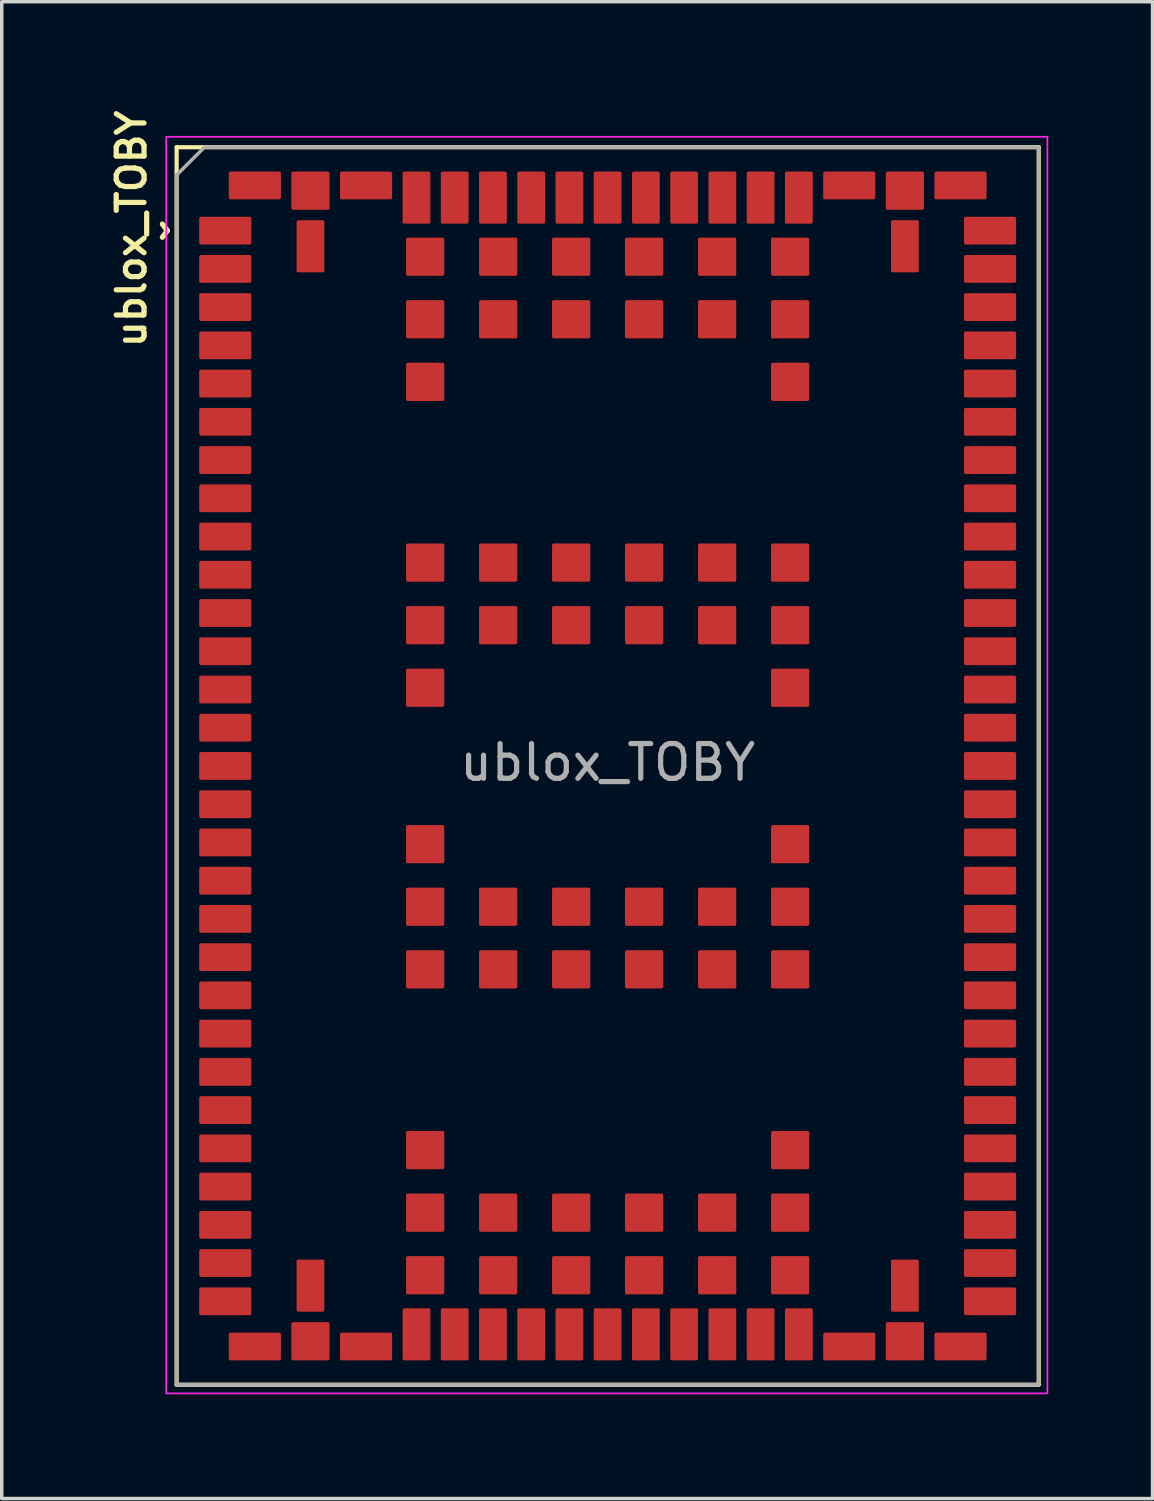
<source format=kicad_pcb>
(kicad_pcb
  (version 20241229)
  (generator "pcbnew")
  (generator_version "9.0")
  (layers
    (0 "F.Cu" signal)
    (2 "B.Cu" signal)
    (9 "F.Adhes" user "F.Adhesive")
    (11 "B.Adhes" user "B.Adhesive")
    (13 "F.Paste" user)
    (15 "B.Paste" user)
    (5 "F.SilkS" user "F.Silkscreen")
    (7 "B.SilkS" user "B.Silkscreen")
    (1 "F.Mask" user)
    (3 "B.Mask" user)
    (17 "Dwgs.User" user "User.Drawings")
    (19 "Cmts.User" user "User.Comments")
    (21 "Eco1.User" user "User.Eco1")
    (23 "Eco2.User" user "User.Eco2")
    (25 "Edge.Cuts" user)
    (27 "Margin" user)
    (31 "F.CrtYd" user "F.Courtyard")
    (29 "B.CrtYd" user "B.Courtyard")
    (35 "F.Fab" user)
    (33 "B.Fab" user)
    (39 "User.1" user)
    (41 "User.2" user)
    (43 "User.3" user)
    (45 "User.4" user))
  (footprint "ublox_TOBY"
    (layer "F.Cu")
    (at 14.431 18.885)
    (property "Reference" "ublox_TOBY" (at -13.7 -15.35 270) (layer "F.SilkS") (effects (font (size 0.8 0.8) (thickness 0.15))))
    (attr smd)
    (fp_line (start -12.4 -17.7) (end -12.4 17.9) (stroke (width 0.12) (type solid)) (layer "F.SilkS"))
    (fp_line (start -12.4 17.9) (end 12.4 17.9) (stroke (width 0.12) (type solid)) (layer "F.SilkS"))
    (fp_line (start 12.4 -17.7) (end -12.4 -17.7) (stroke (width 0.12) (type solid)) (layer "F.SilkS"))
    (fp_line (start 12.4 17.9) (end 12.4 -17.7) (stroke (width 0.12) (type solid)) (layer "F.SilkS"))
    (fp_rect (start -12.7 -18) (end 12.65 18.15) (stroke (width 0.05) (type default)) (fill no) (layer "F.CrtYd"))
    (fp_poly (pts (xy -12.4 17.9) (xy -12.4 -16.9) (xy -11.6 -17.7) (xy 12.4 -17.7) (xy 12.4 17.9)) (stroke (width 0.1) (type solid)) (fill no) (layer "F.Fab"))
    (fp_text user "^" (at -13.26 -15.3 270) (unlocked yes) (layer "F.SilkS") (effects (font (size 1 1) (thickness 0.15))))
    (fp_text user "${REFERENCE}" (at 0 0 0) (layer "F.Fab") (effects (font (size 1 1) (thickness 0.15))))
    (pad "1" smd roundrect (at -11 -15.3 270) (size 0.8 1.5) (layers "F.Cu" "F.Mask" "F.Paste") (roundrect_rratio 0.062))
    (pad "2" smd roundrect (at -11 -14.2 270) (size 0.8 1.5) (layers "F.Cu" "F.Mask" "F.Paste") (roundrect_rratio 0.062))
    (pad "3" smd roundrect (at -11 -13.1 270) (size 0.8 1.5) (layers "F.Cu" "F.Mask" "F.Paste") (roundrect_rratio 0.062))
    (pad "4" smd roundrect (at -11 -12 270) (size 0.8 1.5) (layers "F.Cu" "F.Mask" "F.Paste") (roundrect_rratio 0.062))
    (pad "5" smd roundrect (at -11 -10.9 270) (size 0.8 1.5) (layers "F.Cu" "F.Mask" "F.Paste") (roundrect_rratio 0.062))
    (pad "6" smd roundrect (at -11 -9.8 270) (size 0.8 1.5) (layers "F.Cu" "F.Mask" "F.Paste") (roundrect_rratio 0.062))
    (pad "7" smd roundrect (at -11 -8.7 270) (size 0.8 1.5) (layers "F.Cu" "F.Mask" "F.Paste") (roundrect_rratio 0.062))
    (pad "8" smd roundrect (at -11 -7.6 270) (size 0.8 1.5) (layers "F.Cu" "F.Mask" "F.Paste") (roundrect_rratio 0.062))
    (pad "9" smd roundrect (at -11 -6.5 270) (size 0.8 1.5) (layers "F.Cu" "F.Mask" "F.Paste") (roundrect_rratio 0.062))
    (pad "10" smd roundrect (at -11 -5.4 270) (size 0.8 1.5) (layers "F.Cu" "F.Mask" "F.Paste") (roundrect_rratio 0.062))
    (pad "11" smd roundrect (at -11 -4.3 270) (size 0.8 1.5) (layers "F.Cu" "F.Mask" "F.Paste") (roundrect_rratio 0.062))
    (pad "12" smd roundrect (at -11 -3.2 270) (size 0.8 1.5) (layers "F.Cu" "F.Mask" "F.Paste") (roundrect_rratio 0.062))
    (pad "13" smd roundrect (at -11 -2.1 270) (size 0.8 1.5) (layers "F.Cu" "F.Mask" "F.Paste") (roundrect_rratio 0.062))
    (pad "14" smd roundrect (at -11 -1 270) (size 0.8 1.5) (layers "F.Cu" "F.Mask" "F.Paste") (roundrect_rratio 0.062))
    (pad "15" smd roundrect (at -11 0.1 270) (size 0.8 1.5) (layers "F.Cu" "F.Mask" "F.Paste") (roundrect_rratio 0.062))
    (pad "16" smd roundrect (at -11 1.2 270) (size 0.8 1.5) (layers "F.Cu" "F.Mask" "F.Paste") (roundrect_rratio 0.062))
    (pad "17" smd roundrect (at -11 2.3 270) (size 0.8 1.5) (layers "F.Cu" "F.Mask" "F.Paste") (roundrect_rratio 0.062))
    (pad "18" smd roundrect (at -11 3.4 270) (size 0.8 1.5) (layers "F.Cu" "F.Mask" "F.Paste") (roundrect_rratio 0.062))
    (pad "19" smd roundrect (at -11 4.5 270) (size 0.8 1.5) (layers "F.Cu" "F.Mask" "F.Paste") (roundrect_rratio 0.062))
    (pad "20" smd roundrect (at -11 5.6 270) (size 0.8 1.5) (layers "F.Cu" "F.Mask" "F.Paste") (roundrect_rratio 0.062))
    (pad "21" smd roundrect (at -11 6.7 270) (size 0.8 1.5) (layers "F.Cu" "F.Mask" "F.Paste") (roundrect_rratio 0.062))
    (pad "22" smd roundrect (at -11 7.8 270) (size 0.8 1.5) (layers "F.Cu" "F.Mask" "F.Paste") (roundrect_rratio 0.062))
    (pad "23" smd roundrect (at -11 8.9 270) (size 0.8 1.5) (layers "F.Cu" "F.Mask" "F.Paste") (roundrect_rratio 0.062))
    (pad "24" smd roundrect (at -11 10 270) (size 0.8 1.5) (layers "F.Cu" "F.Mask" "F.Paste") (roundrect_rratio 0.062))
    (pad "25" smd roundrect (at -11 11.1 270) (size 0.8 1.5) (layers "F.Cu" "F.Mask" "F.Paste") (roundrect_rratio 0.062))
    (pad "26" smd roundrect (at -11 12.2 270) (size 0.8 1.5) (layers "F.Cu" "F.Mask" "F.Paste") (roundrect_rratio 0.062))
    (pad "27" smd roundrect (at -11 13.3 270) (size 0.8 1.5) (layers "F.Cu" "F.Mask" "F.Paste") (roundrect_rratio 0.062))
    (pad "28" smd roundrect (at -11 14.4 270) (size 0.8 1.5) (layers "F.Cu" "F.Mask" "F.Paste") (roundrect_rratio 0.062))
    (pad "29" smd roundrect (at -11 15.5 270) (size 0.8 1.5) (layers "F.Cu" "F.Mask" "F.Paste") (roundrect_rratio 0.062))
    (pad "30" smd roundrect (at -10.15 16.8 270) (size 0.8 1.5) (layers "F.Cu" "F.Mask" "F.Paste") (roundrect_rratio 0.062))
    (pad "31" smd roundrect (at -8.55 16.65 270) (size 1.1 1.1) (layers "F.Cu" "F.Mask" "F.Paste") (roundrect_rratio 0.045))
    (pad "32" smd roundrect (at -6.95 16.8 270) (size 0.8 1.5) (layers "F.Cu" "F.Mask" "F.Paste") (roundrect_rratio 0.062))
    (pad "33" smd roundrect (at -5.5 16.45 180) (size 0.8 1.5) (layers "F.Cu" "F.Mask" "F.Paste") (roundrect_rratio 0.062))
    (pad "34" smd roundrect (at -4.4 16.45 180) (size 0.8 1.5) (layers "F.Cu" "F.Mask" "F.Paste") (roundrect_rratio 0.062))
    (pad "35" smd roundrect (at -3.3 16.45 180) (size 0.8 1.5) (layers "F.Cu" "F.Mask" "F.Paste") (roundrect_rratio 0.062))
    (pad "36" smd roundrect (at -2.2 16.45 180) (size 0.8 1.5) (layers "F.Cu" "F.Mask" "F.Paste") (roundrect_rratio 0.062))
    (pad "37" smd roundrect (at -1.1 16.45 180) (size 0.8 1.5) (layers "F.Cu" "F.Mask" "F.Paste") (roundrect_rratio 0.062))
    (pad "38" smd roundrect (at 0 16.45 180) (size 0.8 1.5) (layers "F.Cu" "F.Mask" "F.Paste") (roundrect_rratio 0.062))
    (pad "39" smd roundrect (at 1.1 16.45 180) (size 0.8 1.5) (layers "F.Cu" "F.Mask" "F.Paste") (roundrect_rratio 0.062))
    (pad "40" smd roundrect (at 2.2 16.45 180) (size 0.8 1.5) (layers "F.Cu" "F.Mask" "F.Paste") (roundrect_rratio 0.062))
    (pad "41" smd roundrect (at 3.3 16.45 180) (size 0.8 1.5) (layers "F.Cu" "F.Mask" "F.Paste") (roundrect_rratio 0.062))
    (pad "42" smd roundrect (at 4.4 16.45 180) (size 0.8 1.5) (layers "F.Cu" "F.Mask" "F.Paste") (roundrect_rratio 0.062))
    (pad "43" smd roundrect (at 5.5 16.45 180) (size 0.8 1.5) (layers "F.Cu" "F.Mask" "F.Paste") (roundrect_rratio 0.062))
    (pad "44" smd roundrect (at 6.95 16.8 270) (size 0.8 1.5) (layers "F.Cu" "F.Mask" "F.Paste") (roundrect_rratio 0.062))
    (pad "45" smd roundrect (at 8.55 16.65 270) (size 1.1 1.1) (layers "F.Cu" "F.Mask" "F.Paste") (roundrect_rratio 0.045))
    (pad "46" smd roundrect (at 10.15 16.8 270) (size 0.8 1.5) (layers "F.Cu" "F.Mask" "F.Paste") (roundrect_rratio 0.062))
    (pad "47" smd roundrect (at 11 15.5 270) (size 0.8 1.5) (layers "F.Cu" "F.Mask" "F.Paste") (roundrect_rratio 0.062))
    (pad "48" smd roundrect (at 11 14.4 270) (size 0.8 1.5) (layers "F.Cu" "F.Mask" "F.Paste") (roundrect_rratio 0.062))
    (pad "49" smd roundrect (at 11 13.3 270) (size 0.8 1.5) (layers "F.Cu" "F.Mask" "F.Paste") (roundrect_rratio 0.062))
    (pad "50" smd roundrect (at 11 12.2 270) (size 0.8 1.5) (layers "F.Cu" "F.Mask" "F.Paste") (roundrect_rratio 0.062))
    (pad "51" smd roundrect (at 11 11.1 270) (size 0.8 1.5) (layers "F.Cu" "F.Mask" "F.Paste") (roundrect_rratio 0.062))
    (pad "52" smd roundrect (at 11 10 270) (size 0.8 1.5) (layers "F.Cu" "F.Mask" "F.Paste") (roundrect_rratio 0.062))
    (pad "53" smd roundrect (at 11 8.9 270) (size 0.8 1.5) (layers "F.Cu" "F.Mask" "F.Paste") (roundrect_rratio 0.062))
    (pad "54" smd roundrect (at 11 7.8 270) (size 0.8 1.5) (layers "F.Cu" "F.Mask" "F.Paste") (roundrect_rratio 0.062))
    (pad "55" smd roundrect (at 11 6.7 270) (size 0.8 1.5) (layers "F.Cu" "F.Mask" "F.Paste") (roundrect_rratio 0.062))
    (pad "56" smd roundrect (at 11 5.6 270) (size 0.8 1.5) (layers "F.Cu" "F.Mask" "F.Paste") (roundrect_rratio 0.062))
    (pad "57" smd roundrect (at 11 4.5 270) (size 0.8 1.5) (layers "F.Cu" "F.Mask" "F.Paste") (roundrect_rratio 0.062))
    (pad "58" smd roundrect (at 11 3.4 270) (size 0.8 1.5) (layers "F.Cu" "F.Mask" "F.Paste") (roundrect_rratio 0.062))
    (pad "59" smd roundrect (at 11 2.3 270) (size 0.8 1.5) (layers "F.Cu" "F.Mask" "F.Paste") (roundrect_rratio 0.062))
    (pad "60" smd roundrect (at 11 1.2 270) (size 0.8 1.5) (layers "F.Cu" "F.Mask" "F.Paste") (roundrect_rratio 0.062))
    (pad "61" smd roundrect (at 11 0.1 270) (size 0.8 1.5) (layers "F.Cu" "F.Mask" "F.Paste") (roundrect_rratio 0.062))
    (pad "62" smd roundrect (at 11 -1 270) (size 0.8 1.5) (layers "F.Cu" "F.Mask" "F.Paste") (roundrect_rratio 0.062))
    (pad "63" smd roundrect (at 11 -2.1 270) (size 0.8 1.5) (layers "F.Cu" "F.Mask" "F.Paste") (roundrect_rratio 0.062))
    (pad "64" smd roundrect (at 11 -3.2 270) (size 0.8 1.5) (layers "F.Cu" "F.Mask" "F.Paste") (roundrect_rratio 0.062))
    (pad "65" smd roundrect (at 11 -4.3 270) (size 0.8 1.5) (layers "F.Cu" "F.Mask" "F.Paste") (roundrect_rratio 0.062))
    (pad "66" smd roundrect (at 11 -5.4 270) (size 0.8 1.5) (layers "F.Cu" "F.Mask" "F.Paste") (roundrect_rratio 0.062))
    (pad "67" smd roundrect (at 11 -6.5 270) (size 0.8 1.5) (layers "F.Cu" "F.Mask" "F.Paste") (roundrect_rratio 0.062))
    (pad "68" smd roundrect (at 11 -7.6 270) (size 0.8 1.5) (layers "F.Cu" "F.Mask" "F.Paste") (roundrect_rratio 0.062))
    (pad "69" smd roundrect (at 11 -8.7 270) (size 0.8 1.5) (layers "F.Cu" "F.Mask" "F.Paste") (roundrect_rratio 0.062))
    (pad "70" smd roundrect (at 11 -9.8 270) (size 0.8 1.5) (layers "F.Cu" "F.Mask" "F.Paste") (roundrect_rratio 0.062))
    (pad "71" smd roundrect (at 11 -10.9 270) (size 0.8 1.5) (layers "F.Cu" "F.Mask" "F.Paste") (roundrect_rratio 0.062))
    (pad "72" smd roundrect (at 11 -12 270) (size 0.8 1.5) (layers "F.Cu" "F.Mask" "F.Paste") (roundrect_rratio 0.062))
    (pad "73" smd roundrect (at 11 -13.1 270) (size 0.8 1.5) (layers "F.Cu" "F.Mask" "F.Paste") (roundrect_rratio 0.062))
    (pad "74" smd roundrect (at 11 -14.2 270) (size 0.8 1.5) (layers "F.Cu" "F.Mask" "F.Paste") (roundrect_rratio 0.062))
    (pad "75" smd roundrect (at 11 -15.3 270) (size 0.8 1.5) (layers "F.Cu" "F.Mask" "F.Paste") (roundrect_rratio 0.062))
    (pad "76" smd roundrect (at 10.15 -16.6 270) (size 0.8 1.5) (layers "F.Cu" "F.Mask" "F.Paste") (roundrect_rratio 0.062))
    (pad "77" smd roundrect (at 8.55 -16.45 270) (size 1.1 1.1) (layers "F.Cu" "F.Mask" "F.Paste") (roundrect_rratio 0.045))
    (pad "78" smd roundrect (at 6.95 -16.6 270) (size 0.8 1.5) (layers "F.Cu" "F.Mask" "F.Paste") (roundrect_rratio 0.062))
    (pad "79" smd roundrect (at 5.5 -16.25 180) (size 0.8 1.5) (layers "F.Cu" "F.Mask" "F.Paste") (roundrect_rratio 0.062))
    (pad "80" smd roundrect (at 4.4 -16.25 180) (size 0.8 1.5) (layers "F.Cu" "F.Mask" "F.Paste") (roundrect_rratio 0.062))
    (pad "81" smd roundrect (at 3.3 -16.25 180) (size 0.8 1.5) (layers "F.Cu" "F.Mask" "F.Paste") (roundrect_rratio 0.062))
    (pad "82" smd roundrect (at 2.2 -16.25 180) (size 0.8 1.5) (layers "F.Cu" "F.Mask" "F.Paste") (roundrect_rratio 0.062))
    (pad "83" smd roundrect (at 1.1 -16.25 180) (size 0.8 1.5) (layers "F.Cu" "F.Mask" "F.Paste") (roundrect_rratio 0.062))
    (pad "84" smd roundrect (at 0 -16.25 180) (size 0.8 1.5) (layers "F.Cu" "F.Mask" "F.Paste") (roundrect_rratio 0.062))
    (pad "85" smd roundrect (at -1.1 -16.25 180) (size 0.8 1.5) (layers "F.Cu" "F.Mask" "F.Paste") (roundrect_rratio 0.062))
    (pad "86" smd roundrect (at -2.2 -16.25 180) (size 0.8 1.5) (layers "F.Cu" "F.Mask" "F.Paste") (roundrect_rratio 0.062))
    (pad "87" smd roundrect (at -3.3 -16.25 180) (size 0.8 1.5) (layers "F.Cu" "F.Mask" "F.Paste") (roundrect_rratio 0.062))
    (pad "88" smd roundrect (at -4.4 -16.25 180) (size 0.8 1.5) (layers "F.Cu" "F.Mask" "F.Paste") (roundrect_rratio 0.062))
    (pad "89" smd roundrect (at -5.5 -16.25 180) (size 0.8 1.5) (layers "F.Cu" "F.Mask" "F.Paste") (roundrect_rratio 0.062))
    (pad "90" smd roundrect (at -6.95 -16.6 270) (size 0.8 1.5) (layers "F.Cu" "F.Mask" "F.Paste") (roundrect_rratio 0.062))
    (pad "91" smd roundrect (at -8.55 -16.45 270) (size 1.1 1.1) (layers "F.Cu" "F.Mask" "F.Paste") (roundrect_rratio 0.045))
    (pad "92" smd roundrect (at -10.15 -16.6 270) (size 0.8 1.5) (layers "F.Cu" "F.Mask" "F.Paste") (roundrect_rratio 0.062))
    (pad "93" smd roundrect (at -8.55 -14.85 180) (size 0.8 1.5) (layers "F.Cu" "F.Mask" "F.Paste") (roundrect_rratio 0.062))
    (pad "94" smd roundrect (at -5.25 -14.55 180) (size 1.1 1.1) (layers "F.Cu" "F.Mask" "F.Paste") (roundrect_rratio 0.045))
    (pad "95" smd roundrect (at -3.15 -14.55 180) (size 1.1 1.1) (layers "F.Cu" "F.Mask" "F.Paste") (roundrect_rratio 0.045))
    (pad "96" smd roundrect (at -1.05 -14.55 180) (size 1.1 1.1) (layers "F.Cu" "F.Mask" "F.Paste") (roundrect_rratio 0.045))
    (pad "97" smd roundrect (at 1.05 -14.55 180) (size 1.1 1.1) (layers "F.Cu" "F.Mask" "F.Paste") (roundrect_rratio 0.045))
    (pad "98" smd roundrect (at 3.15 -14.55 180) (size 1.1 1.1) (layers "F.Cu" "F.Mask" "F.Paste") (roundrect_rratio 0.045))
    (pad "99" smd roundrect (at 5.25 -14.55 180) (size 1.1 1.1) (layers "F.Cu" "F.Mask" "F.Paste") (roundrect_rratio 0.045))
    (pad "100" smd roundrect (at 8.55 -14.85 180) (size 0.8 1.5) (layers "F.Cu" "F.Mask" "F.Paste") (roundrect_rratio 0.062))
    (pad "101" smd roundrect (at -5.25 -12.75 180) (size 1.1 1.1) (layers "F.Cu" "F.Mask" "F.Paste") (roundrect_rratio 0.045))
    (pad "102" smd roundrect (at -3.15 -12.75 180) (size 1.1 1.1) (layers "F.Cu" "F.Mask" "F.Paste") (roundrect_rratio 0.045))
    (pad "103" smd roundrect (at -1.05 -12.75 180) (size 1.1 1.1) (layers "F.Cu" "F.Mask" "F.Paste") (roundrect_rratio 0.045))
    (pad "104" smd roundrect (at 1.05 -12.75 180) (size 1.1 1.1) (layers "F.Cu" "F.Mask" "F.Paste") (roundrect_rratio 0.045))
    (pad "105" smd roundrect (at 3.15 -12.75 180) (size 1.1 1.1) (layers "F.Cu" "F.Mask" "F.Paste") (roundrect_rratio 0.045))
    (pad "106" smd roundrect (at 5.25 -12.75 180) (size 1.1 1.1) (layers "F.Cu" "F.Mask" "F.Paste") (roundrect_rratio 0.045))
    (pad "107" smd roundrect (at -5.25 -10.95 180) (size 1.1 1.1) (layers "F.Cu" "F.Mask" "F.Paste") (roundrect_rratio 0.045))
    (pad "108" smd roundrect (at 5.25 -10.95 180) (size 1.1 1.1) (layers "F.Cu" "F.Mask" "F.Paste") (roundrect_rratio 0.045))
    (pad "109" smd roundrect (at -5.25 -5.75 180) (size 1.1 1.1) (layers "F.Cu" "F.Mask" "F.Paste") (roundrect_rratio 0.045))
    (pad "110" smd roundrect (at -3.15 -5.75 180) (size 1.1 1.1) (layers "F.Cu" "F.Mask" "F.Paste") (roundrect_rratio 0.045))
    (pad "111" smd roundrect (at -1.05 -5.75 180) (size 1.1 1.1) (layers "F.Cu" "F.Mask" "F.Paste") (roundrect_rratio 0.045))
    (pad "112" smd roundrect (at 1.05 -5.75 180) (size 1.1 1.1) (layers "F.Cu" "F.Mask" "F.Paste") (roundrect_rratio 0.045))
    (pad "113" smd roundrect (at 3.15 -5.75 180) (size 1.1 1.1) (layers "F.Cu" "F.Mask" "F.Paste") (roundrect_rratio 0.045))
    (pad "114" smd roundrect (at 5.25 -5.75 180) (size 1.1 1.1) (layers "F.Cu" "F.Mask" "F.Paste") (roundrect_rratio 0.045))
    (pad "115" smd roundrect (at -5.25 -3.95 180) (size 1.1 1.1) (layers "F.Cu" "F.Mask" "F.Paste") (roundrect_rratio 0.045))
    (pad "116" smd roundrect (at -3.15 -3.95 180) (size 1.1 1.1) (layers "F.Cu" "F.Mask" "F.Paste") (roundrect_rratio 0.045))
    (pad "117" smd roundrect (at -1.05 -3.95 180) (size 1.1 1.1) (layers "F.Cu" "F.Mask" "F.Paste") (roundrect_rratio 0.045))
    (pad "118" smd roundrect (at 1.05 -3.95 180) (size 1.1 1.1) (layers "F.Cu" "F.Mask" "F.Paste") (roundrect_rratio 0.045))
    (pad "119" smd roundrect (at 3.15 -3.95 180) (size 1.1 1.1) (layers "F.Cu" "F.Mask" "F.Paste") (roundrect_rratio 0.045))
    (pad "120" smd roundrect (at 5.25 -3.95 180) (size 1.1 1.1) (layers "F.Cu" "F.Mask" "F.Paste") (roundrect_rratio 0.045))
    (pad "121" smd roundrect (at -5.25 -2.15 180) (size 1.1 1.1) (layers "F.Cu" "F.Mask" "F.Paste") (roundrect_rratio 0.045))
    (pad "122" smd roundrect (at 5.25 -2.15 180) (size 1.1 1.1) (layers "F.Cu" "F.Mask" "F.Paste") (roundrect_rratio 0.045))
    (pad "123" smd roundrect (at -5.25 2.35 180) (size 1.1 1.1) (layers "F.Cu" "F.Mask" "F.Paste") (roundrect_rratio 0.045))
    (pad "124" smd roundrect (at 5.25 2.35 180) (size 1.1 1.1) (layers "F.Cu" "F.Mask" "F.Paste") (roundrect_rratio 0.045))
    (pad "125" smd roundrect (at -5.25 4.15 180) (size 1.1 1.1) (layers "F.Cu" "F.Mask" "F.Paste") (roundrect_rratio 0.045))
    (pad "126" smd roundrect (at -3.15 4.15 180) (size 1.1 1.1) (layers "F.Cu" "F.Mask" "F.Paste") (roundrect_rratio 0.045))
    (pad "127" smd roundrect (at -1.05 4.15 180) (size 1.1 1.1) (layers "F.Cu" "F.Mask" "F.Paste") (roundrect_rratio 0.045))
    (pad "128" smd roundrect (at 1.05 4.15 180) (size 1.1 1.1) (layers "F.Cu" "F.Mask" "F.Paste") (roundrect_rratio 0.045))
    (pad "129" smd roundrect (at 3.15 4.15 180) (size 1.1 1.1) (layers "F.Cu" "F.Mask" "F.Paste") (roundrect_rratio 0.045))
    (pad "130" smd roundrect (at 5.25 4.15 180) (size 1.1 1.1) (layers "F.Cu" "F.Mask" "F.Paste") (roundrect_rratio 0.045))
    (pad "131" smd roundrect (at -5.25 5.95 180) (size 1.1 1.1) (layers "F.Cu" "F.Mask" "F.Paste") (roundrect_rratio 0.045))
    (pad "132" smd roundrect (at -3.15 5.95 180) (size 1.1 1.1) (layers "F.Cu" "F.Mask" "F.Paste") (roundrect_rratio 0.045))
    (pad "133" smd roundrect (at -1.05 5.95 180) (size 1.1 1.1) (layers "F.Cu" "F.Mask" "F.Paste") (roundrect_rratio 0.045))
    (pad "134" smd roundrect (at 1.05 5.95 180) (size 1.1 1.1) (layers "F.Cu" "F.Mask" "F.Paste") (roundrect_rratio 0.045))
    (pad "135" smd roundrect (at 3.15 5.95 180) (size 1.1 1.1) (layers "F.Cu" "F.Mask" "F.Paste") (roundrect_rratio 0.045))
    (pad "136" smd roundrect (at 5.25 5.95 180) (size 1.1 1.1) (layers "F.Cu" "F.Mask" "F.Paste") (roundrect_rratio 0.045))
    (pad "137" smd roundrect (at -5.25 11.15 180) (size 1.1 1.1) (layers "F.Cu" "F.Mask" "F.Paste") (roundrect_rratio 0.045))
    (pad "138" smd roundrect (at 5.25 11.15 180) (size 1.1 1.1) (layers "F.Cu" "F.Mask" "F.Paste") (roundrect_rratio 0.045))
    (pad "139" smd roundrect (at -5.25 12.95 180) (size 1.1 1.1) (layers "F.Cu" "F.Mask" "F.Paste") (roundrect_rratio 0.045))
    (pad "140" smd roundrect (at -3.15 12.95 180) (size 1.1 1.1) (layers "F.Cu" "F.Mask" "F.Paste") (roundrect_rratio 0.045))
    (pad "141" smd roundrect (at -1.05 12.95 180) (size 1.1 1.1) (layers "F.Cu" "F.Mask" "F.Paste") (roundrect_rratio 0.045))
    (pad "142" smd roundrect (at 1.05 12.95 180) (size 1.1 1.1) (layers "F.Cu" "F.Mask" "F.Paste") (roundrect_rratio 0.045))
    (pad "143" smd roundrect (at 3.15 12.95 180) (size 1.1 1.1) (layers "F.Cu" "F.Mask" "F.Paste") (roundrect_rratio 0.045))
    (pad "144" smd roundrect (at 5.25 12.95 180) (size 1.1 1.1) (layers "F.Cu" "F.Mask" "F.Paste") (roundrect_rratio 0.045))
    (pad "145" smd roundrect (at -8.55 15.05 180) (size 0.8 1.5) (layers "F.Cu" "F.Mask" "F.Paste") (roundrect_rratio 0.062))
    (pad "146" smd roundrect (at -5.25 14.75 180) (size 1.1 1.1) (layers "F.Cu" "F.Mask" "F.Paste") (roundrect_rratio 0.045))
    (pad "147" smd roundrect (at -3.15 14.75 180) (size 1.1 1.1) (layers "F.Cu" "F.Mask" "F.Paste") (roundrect_rratio 0.045))
    (pad "148" smd roundrect (at -1.05 14.75 180) (size 1.1 1.1) (layers "F.Cu" "F.Mask" "F.Paste") (roundrect_rratio 0.045))
    (pad "149" smd roundrect (at 1.05 14.75 180) (size 1.1 1.1) (layers "F.Cu" "F.Mask" "F.Paste") (roundrect_rratio 0.045))
    (pad "150" smd roundrect (at 3.15 14.75 180) (size 1.1 1.1) (layers "F.Cu" "F.Mask" "F.Paste") (roundrect_rratio 0.045))
    (pad "151" smd roundrect (at 5.25 14.75 180) (size 1.1 1.1) (layers "F.Cu" "F.Mask" "F.Paste") (roundrect_rratio 0.045))
    (pad "152" smd roundrect (at 8.55 15.05 180) (size 0.8 1.5) (layers "F.Cu" "F.Mask" "F.Paste") (roundrect_rratio 0.062)))
  (gr_rect
    (start -3 -3)
    (end 30.106 40.06)
    (stroke (width 0.1) (type default))
    (fill no)
    (layer "Edge.Cuts")))
</source>
